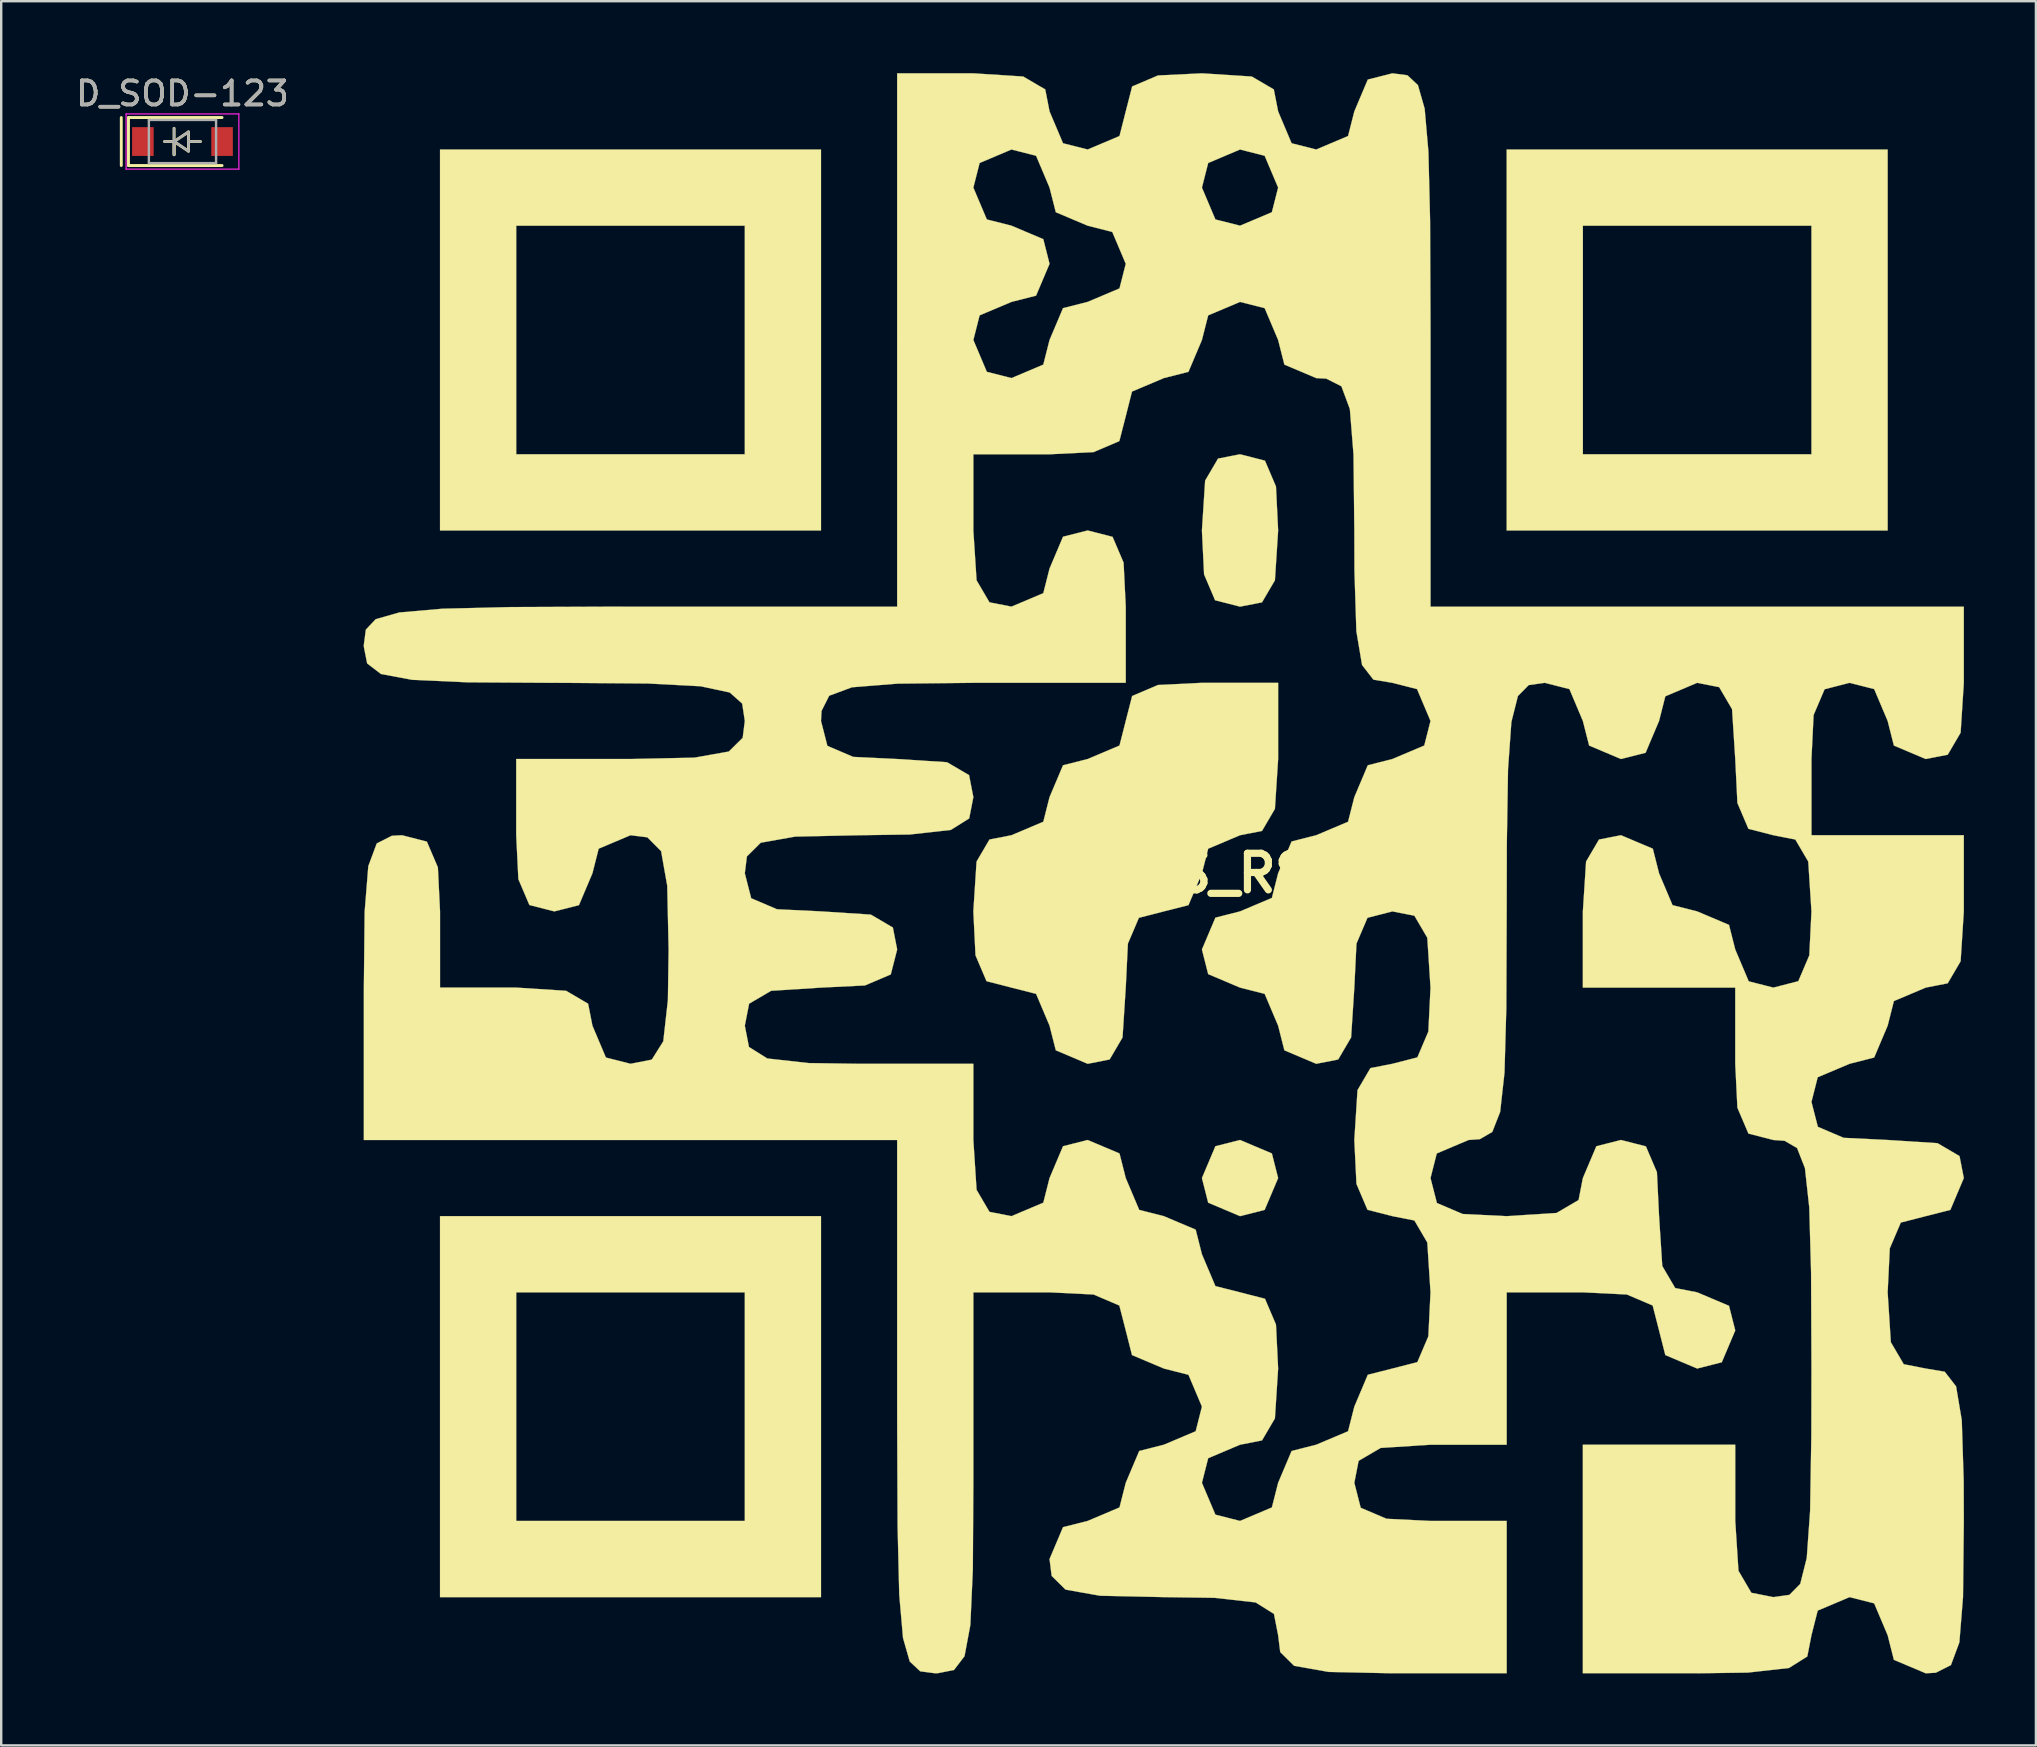
<source format=kicad_pcb>
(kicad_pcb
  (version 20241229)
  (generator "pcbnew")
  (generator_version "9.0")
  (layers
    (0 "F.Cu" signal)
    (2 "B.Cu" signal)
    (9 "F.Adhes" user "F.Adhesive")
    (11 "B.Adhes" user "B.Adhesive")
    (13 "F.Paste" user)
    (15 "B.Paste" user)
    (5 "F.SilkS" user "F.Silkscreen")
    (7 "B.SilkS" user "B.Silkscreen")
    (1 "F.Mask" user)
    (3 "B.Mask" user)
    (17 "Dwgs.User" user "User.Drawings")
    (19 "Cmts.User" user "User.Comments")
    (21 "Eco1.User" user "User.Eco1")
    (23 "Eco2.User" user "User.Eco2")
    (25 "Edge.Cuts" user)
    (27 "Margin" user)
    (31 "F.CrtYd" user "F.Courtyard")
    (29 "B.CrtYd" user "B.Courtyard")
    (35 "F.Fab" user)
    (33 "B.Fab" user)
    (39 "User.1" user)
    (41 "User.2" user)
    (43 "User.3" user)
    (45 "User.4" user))
  (footprint "GLINCS_RS"
    (layer "F.Cu")
    (at 45.45 33.343)
    (property "Reference" "GLINCS_RS" (at 0 0 0) (layer "F.SilkS") (effects (font (size 1.524 1.524) (thickness 0.3))))
    (attr through_hole)
    (fp_poly (pts (xy 4.502 11.674) (xy 4.763 12.7) (xy 4.201 14.027) (xy 3.175 14.287) (xy 1.848 13.726) (xy 1.587 12.7) (xy 2.149 11.373) (xy 3.175 11.113) (xy 4.502 11.674)) (stroke (width 0.01) (type solid)) (fill yes) (layer "F.SilkS"))
    (fp_poly (pts (xy -14.287 -14.287) (xy -30.163 -14.287) (xy -30.163 -26.988) (xy -26.988 -26.988) (xy -26.988 -17.462) (xy -17.462 -17.462) (xy -17.462 -26.988) (xy -26.988 -26.988) (xy -30.163 -26.988) (xy -30.163 -30.163) (xy -14.287 -30.163) (xy -14.287 -14.287)) (stroke (width 0.01) (type solid)) (fill yes) (layer "F.SilkS"))
    (fp_poly (pts (xy -14.287 30.163) (xy -30.163 30.163) (xy -30.163 17.462) (xy -26.988 17.462) (xy -26.988 26.988) (xy -17.462 26.988) (xy -17.462 17.462) (xy -26.988 17.462) (xy -30.163 17.462) (xy -30.163 14.287) (xy -14.287 14.287) (xy -14.287 30.163)) (stroke (width 0.01) (type solid)) (fill yes) (layer "F.SilkS"))
    (fp_poly (pts (xy 30.163 -14.287) (xy 14.287 -14.287) (xy 14.287 -26.988) (xy 17.462 -26.988) (xy 17.462 -17.462) (xy 26.988 -17.462) (xy 26.988 -26.988) (xy 17.462 -26.988) (xy 14.287 -26.988) (xy 14.287 -30.163) (xy 30.163 -30.163) (xy 30.163 -14.287)) (stroke (width 0.01) (type solid)) (fill yes) (layer "F.SilkS"))
    (fp_poly (pts (xy 4.214 -17.196) (xy 4.673 -16.12) (xy 4.763 -14.287) (xy 4.629 -12.21) (xy 4.091 -11.292) (xy 3.175 -11.113) (xy 2.136 -11.379) (xy 1.677 -12.455) (xy 1.587 -14.287) (xy 1.721 -16.365) (xy 2.259 -17.283) (xy 3.175 -17.462) (xy 4.214 -17.196)) (stroke (width 0.01) (type solid)) (fill yes) (layer "F.SilkS"))
    (fp_poly (pts (xy 4.763 -4.763) (xy 4.629 -2.685) (xy 4.091 -1.767) (xy 3.175 -1.587) (xy 1.848 -1.026) (xy 1.587 0) (xy 1.026 1.327) (xy 0 1.587) (xy -1.039 1.854) (xy -1.498 2.93) (xy -1.587 4.763) (xy -1.721 6.84) (xy -2.259 7.758) (xy -3.175 7.938) (xy -4.502 7.376) (xy -4.763 6.35) (xy -5.324 5.023) (xy -6.35 4.763) (xy -7.389 4.496) (xy -7.848 3.42) (xy -7.938 1.587) (xy -7.804 -0.49) (xy -7.266 -1.408) (xy -6.35 -1.587) (xy -5.023 -2.149) (xy -4.763 -3.175) (xy -4.201 -4.502) (xy -3.175 -4.763) (xy -1.848 -5.324) (xy -1.587 -6.35) (xy -1.321 -7.389) (xy -0.245 -7.848) (xy 1.587 -7.938) (xy 4.763 -7.938) (xy 4.763 -4.763)) (stroke (width 0.01) (type solid)) (fill yes) (layer "F.SilkS"))
    (fp_poly (pts (xy -5.86 -33.204) (xy -4.942 -32.666) (xy -4.763 -31.75) (xy -4.201 -30.423) (xy -3.175 -30.163) (xy -1.848 -30.724) (xy -1.587 -31.75) (xy -1.321 -32.789) (xy -0.245 -33.248) (xy 1.587 -33.337) (xy 3.665 -33.204) (xy 4.583 -32.666) (xy 4.763 -31.75) (xy 5.324 -30.423) (xy 6.35 -30.163) (xy 7.677 -30.724) (xy 7.938 -31.75) (xy 8.499 -33.077) (xy 9.525 -33.337) (xy 10.153 -33.255) (xy 10.589 -32.845) (xy 10.869 -31.864) (xy 11.026 -30.067) (xy 11.095 -27.211) (xy 11.112 -23.051) (xy 11.113 -22.225) (xy 11.113 -11.113) (xy 33.337 -11.113) (xy 33.337 -7.938) (xy 33.204 -5.86) (xy 32.666 -4.942) (xy 31.75 -4.763) (xy 30.423 -5.324) (xy 30.163 -6.35) (xy 29.601 -7.677) (xy 28.575 -7.938) (xy 27.536 -7.671) (xy 27.077 -6.595) (xy 26.988 -4.763) (xy 26.988 -1.587) (xy 33.337 -1.587) (xy 33.337 1.587) (xy 33.204 3.665) (xy 32.666 4.583) (xy 31.75 4.763) (xy 30.423 5.324) (xy 30.163 6.35) (xy 29.601 7.677) (xy 28.575 7.938) (xy 27.248 8.499) (xy 26.988 9.525) (xy 27.254 10.564) (xy 28.33 11.023) (xy 30.163 11.113) (xy 32.24 11.246) (xy 33.158 11.784) (xy 33.337 12.7) (xy 32.776 14.027) (xy 31.75 14.287) (xy 30.711 14.554) (xy 30.252 15.63) (xy 30.163 17.462) (xy 30.296 19.54) (xy 30.834 20.458) (xy 31.75 20.637) (xy 32.541 20.77) (xy 33.015 21.381) (xy 33.252 22.789) (xy 33.332 25.313) (xy 33.337 26.988) (xy 33.304 30.151) (xy 33.152 32.048) (xy 32.8 32.995) (xy 32.169 33.314) (xy 31.75 33.337) (xy 30.423 32.776) (xy 30.163 31.75) (xy 29.601 30.423) (xy 28.575 30.163) (xy 27.248 30.724) (xy 26.988 31.75) (xy 26.814 32.637) (xy 26.05 33.116) (xy 24.334 33.308) (xy 22.225 33.337) (xy 17.462 33.337) (xy 17.462 23.812) (xy 23.812 23.812) (xy 23.812 26.988) (xy 23.946 29.065) (xy 24.484 29.983) (xy 25.4 30.163) (xy 26.07 30.069) (xy 26.52 29.613) (xy 26.792 28.532) (xy 26.932 26.563) (xy 26.982 23.442) (xy 26.988 20.637) (xy 26.972 16.617) (xy 26.896 13.92) (xy 26.716 12.285) (xy 26.388 11.448) (xy 25.867 11.146) (xy 25.4 11.113) (xy 24.361 10.846) (xy 23.902 9.77) (xy 23.812 7.938) (xy 23.812 4.763) (xy 17.462 4.763) (xy 17.462 1.587) (xy 17.596 -0.49) (xy 18.134 -1.408) (xy 19.05 -1.587) (xy 20.377 -1.026) (xy 20.637 0) (xy 21.199 1.327) (xy 22.225 1.587) (xy 23.552 2.149) (xy 23.812 3.175) (xy 24.374 4.502) (xy 25.4 4.763) (xy 26.439 4.496) (xy 26.898 3.42) (xy 26.988 1.587) (xy 26.854 -0.49) (xy 26.316 -1.408) (xy 25.4 -1.587) (xy 24.361 -1.854) (xy 23.902 -2.93) (xy 23.812 -4.763) (xy 23.679 -6.84) (xy 23.141 -7.758) (xy 22.225 -7.938) (xy 20.898 -7.376) (xy 20.637 -6.35) (xy 20.076 -5.023) (xy 19.05 -4.763) (xy 17.723 -5.324) (xy 17.462 -6.35) (xy 16.901 -7.677) (xy 15.875 -7.938) (xy 15.205 -7.844) (xy 14.755 -7.388) (xy 14.483 -6.307) (xy 14.343 -4.338) (xy 14.293 -1.217) (xy 14.287 1.587) (xy 14.272 5.608) (xy 14.196 8.305) (xy 14.016 9.94) (xy 13.688 10.777) (xy 13.167 11.079) (xy 12.7 11.113) (xy 11.373 11.674) (xy 11.113 12.7) (xy 11.379 13.739) (xy 12.455 14.198) (xy 14.287 14.287) (xy 16.365 14.154) (xy 17.283 13.616) (xy 17.462 12.7) (xy 18.024 11.373) (xy 19.05 11.113) (xy 20.089 11.379) (xy 20.548 12.455) (xy 20.637 14.287) (xy 20.771 16.365) (xy 21.309 17.283) (xy 22.225 17.462) (xy 23.552 18.024) (xy 23.812 19.05) (xy 23.251 20.377) (xy 22.225 20.637) (xy 20.898 20.076) (xy 20.637 19.05) (xy 20.371 18.011) (xy 19.295 17.552) (xy 17.462 17.462) (xy 14.287 17.462) (xy 14.287 23.812) (xy 11.113 23.812) (xy 9.035 23.946) (xy 8.117 24.484) (xy 7.938 25.4) (xy 8.204 26.439) (xy 9.28 26.898) (xy 11.113 26.988) (xy 14.287 26.988) (xy 14.287 33.337) (xy 9.525 33.337) (xy 6.865 33.28) (xy 5.428 33.025) (xy 4.85 32.453) (xy 4.763 31.75) (xy 4.589 30.863) (xy 3.825 30.384) (xy 2.109 30.192) (xy 0 30.163) (xy -2.66 30.105) (xy -4.097 29.85) (xy -4.675 29.278) (xy -4.763 28.575) (xy -4.201 27.248) (xy -3.175 26.988) (xy -1.848 26.426) (xy -1.587 25.4) (xy -1.026 24.073) (xy 0 23.812) (xy 1.327 23.251) (xy 1.587 22.225) (xy 1.026 20.898) (xy 0 20.637) (xy -1.327 20.076) (xy -1.587 19.05) (xy -1.854 18.011) (xy -2.93 17.552) (xy -4.763 17.462) (xy -7.938 17.462) (xy -7.938 25.4) (xy -7.959 29.013) (xy -8.063 31.325) (xy -8.306 32.625) (xy -8.746 33.2) (xy -9.44 33.337) (xy -9.525 33.337) (xy -10.153 33.255) (xy -10.589 32.845) (xy -10.869 31.864) (xy -11.026 30.067) (xy -11.095 27.211) (xy -11.112 23.051) (xy -11.113 22.225) (xy -11.113 11.113) (xy -33.337 11.113) (xy -33.337 4.763) (xy -33.304 1.599) (xy -33.152 -0.298) (xy -32.8 -1.245) (xy -32.169 -1.564) (xy -31.75 -1.587) (xy -30.711 -1.321) (xy -30.252 -0.245) (xy -30.163 1.587) (xy -30.163 4.763) (xy -26.988 4.763) (xy -24.91 4.896) (xy -23.992 5.434) (xy -23.812 6.35) (xy -23.251 7.677) (xy -22.225 7.938) (xy -21.338 7.764) (xy -20.859 7) (xy -20.667 5.284) (xy -20.637 3.175) (xy -20.695 0.515) (xy -20.787 0) (xy -17.462 0) (xy -17.196 1.039) (xy -16.12 1.498) (xy -14.287 1.587) (xy -12.21 1.721) (xy -11.292 2.259) (xy -11.113 3.175) (xy -11.379 4.214) (xy -12.455 4.673) (xy -14.287 4.763) (xy -16.365 4.896) (xy -17.283 5.434) (xy -17.462 6.35) (xy -17.289 7.237) (xy -16.525 7.716) (xy -14.809 7.908) (xy -12.7 7.938) (xy -7.938 7.938) (xy -7.938 11.113) (xy -7.804 13.19) (xy -7.266 14.108) (xy -6.35 14.287) (xy -5.023 13.726) (xy -4.763 12.7) (xy -4.201 11.373) (xy -3.175 11.113) (xy -1.848 11.674) (xy -1.587 12.7) (xy -1.026 14.027) (xy 0 14.287) (xy 1.327 14.849) (xy 1.587 15.875) (xy 2.149 17.202) (xy 3.175 17.462) (xy 4.214 17.729) (xy 4.673 18.805) (xy 4.763 20.637) (xy 4.629 22.715) (xy 4.091 23.633) (xy 3.175 23.812) (xy 1.848 24.374) (xy 1.587 25.4) (xy 2.149 26.727) (xy 3.175 26.988) (xy 4.502 26.426) (xy 4.763 25.4) (xy 5.324 24.073) (xy 6.35 23.812) (xy 7.677 23.251) (xy 7.938 22.225) (xy 8.499 20.898) (xy 9.525 20.637) (xy 10.564 20.371) (xy 11.023 19.295) (xy 11.113 17.462) (xy 10.979 15.385) (xy 10.441 14.467) (xy 9.525 14.287) (xy 8.486 14.021) (xy 8.027 12.945) (xy 7.938 11.113) (xy 8.071 9.035) (xy 8.609 8.117) (xy 9.525 7.938) (xy 10.564 7.671) (xy 11.023 6.595) (xy 11.113 4.763) (xy 10.979 2.685) (xy 10.441 1.767) (xy 9.525 1.587) (xy 8.486 1.854) (xy 8.027 2.93) (xy 7.938 4.763) (xy 7.804 6.84) (xy 7.266 7.758) (xy 6.35 7.938) (xy 5.023 7.376) (xy 4.763 6.35) (xy 4.201 5.023) (xy 3.175 4.763) (xy 1.848 4.201) (xy 1.587 3.175) (xy 2.149 1.848) (xy 3.175 1.587) (xy 4.502 1.026) (xy 4.763 0) (xy 5.324 -1.327) (xy 6.35 -1.587) (xy 7.677 -2.149) (xy 7.938 -3.175) (xy 8.499 -4.502) (xy 9.525 -4.763) (xy 10.852 -5.324) (xy 11.113 -6.35) (xy 10.551 -7.677) (xy 9.525 -7.938) (xy 8.734 -8.07) (xy 8.26 -8.681) (xy 8.023 -10.089) (xy 7.943 -12.613) (xy 7.938 -14.287) (xy 7.904 -17.451) (xy 7.752 -19.348) (xy 7.4 -20.295) (xy 6.769 -20.614) (xy 6.35 -20.637) (xy 5.023 -21.199) (xy 4.763 -22.225) (xy 4.201 -23.552) (xy 3.175 -23.812) (xy 1.848 -23.251) (xy 1.587 -22.225) (xy 1.026 -20.898) (xy 0 -20.637) (xy -1.327 -20.076) (xy -1.587 -19.05) (xy -1.854 -18.011) (xy -2.93 -17.552) (xy -4.763 -17.462) (xy -7.938 -17.462) (xy -7.938 -14.287) (xy -7.804 -12.21) (xy -7.266 -11.292) (xy -6.35 -11.113) (xy -5.023 -11.674) (xy -4.763 -12.7) (xy -4.201 -14.027) (xy -3.175 -14.287) (xy -2.136 -14.021) (xy -1.677 -12.945) (xy -1.587 -11.113) (xy -1.587 -7.938) (xy -7.938 -7.938) (xy -11.101 -7.904) (xy -12.998 -7.752) (xy -13.945 -7.4) (xy -14.264 -6.769) (xy -14.287 -6.35) (xy -14.021 -5.311) (xy -12.945 -4.852) (xy -11.113 -4.763) (xy -9.035 -4.629) (xy -8.117 -4.091) (xy -7.938 -3.175) (xy -8.111 -2.288) (xy -8.875 -1.809) (xy -10.591 -1.617) (xy -12.7 -1.587) (xy -15.36 -1.53) (xy -16.797 -1.275) (xy -17.375 -0.703) (xy -17.462 0) (xy -20.787 0) (xy -20.95 -0.922) (xy -21.522 -1.5) (xy -22.225 -1.587) (xy -23.552 -1.026) (xy -23.812 0) (xy -24.374 1.327) (xy -25.4 1.587) (xy -26.439 1.321) (xy -26.898 0.245) (xy -26.988 -1.587) (xy -26.988 -4.763) (xy -22.225 -4.763) (xy -19.565 -4.82) (xy -18.128 -5.075) (xy -17.55 -5.647) (xy -17.462 -6.35) (xy -17.571 -7.073) (xy -18.09 -7.535) (xy -19.305 -7.795) (xy -21.504 -7.91) (xy -24.975 -7.937) (xy -25.4 -7.938) (xy -29.013 -7.959) (xy -31.325 -8.063) (xy -32.625 -8.306) (xy -33.2 -8.746) (xy -33.337 -9.44) (xy -33.337 -9.525) (xy -33.255 -10.153) (xy -32.845 -10.589) (xy -31.864 -10.869) (xy -30.067 -11.026) (xy -27.211 -11.095) (xy -23.051 -11.112) (xy -22.225 -11.113) (xy -11.113 -11.113) (xy -11.113 -28.575) (xy -7.938 -28.575) (xy -7.376 -27.248) (xy -6.35 -26.988) (xy -5.023 -26.426) (xy -4.763 -25.4) (xy -5.324 -24.073) (xy -6.35 -23.812) (xy -7.677 -23.251) (xy -7.938 -22.225) (xy -7.376 -20.898) (xy -6.35 -20.637) (xy -5.023 -21.199) (xy -4.763 -22.225) (xy -4.201 -23.552) (xy -3.175 -23.812) (xy -1.848 -24.374) (xy -1.587 -25.4) (xy -2.149 -26.727) (xy -3.175 -26.988) (xy -4.502 -27.549) (xy -4.763 -28.575) (xy 1.587 -28.575) (xy 2.149 -27.248) (xy 3.175 -26.988) (xy 4.502 -27.549) (xy 4.763 -28.575) (xy 4.201 -29.902) (xy 3.175 -30.163) (xy 1.848 -29.601) (xy 1.587 -28.575) (xy -4.763 -28.575) (xy -5.324 -29.902) (xy -6.35 -30.163) (xy -7.677 -29.601) (xy -7.938 -28.575) (xy -11.113 -28.575) (xy -11.113 -33.337) (xy -7.938 -33.337) (xy -5.86 -33.204)) (stroke (width 0.01) (type solid)) (fill yes) (layer "F.SilkS")))
  (footprint "D_SOD-123"
    (layer "F.Cu")
    (at 4.554 2.848)
    (property "Reference" "D_SOD-123" (at 0 -2 0) (layer "F.SilkS") (effects (font (size 1 1) (thickness 0.15))))
    (attr smd)
    (fp_line (start -2.55 -1) (end -2.55 1) (stroke (width 0.12) (type solid)) (layer "F.SilkS"))
    (fp_line (start -2.25 -1) (end -2.25 1) (stroke (width 0.12) (type solid)) (layer "F.SilkS"))
    (fp_line (start -2.25 -1) (end 1.65 -1) (stroke (width 0.12) (type solid)) (layer "F.SilkS"))
    (fp_line (start -2.25 1) (end 1.65 1) (stroke (width 0.12) (type solid)) (layer "F.SilkS"))
    (fp_line (start -0.35 0) (end -0.75 0) (stroke (width 0.12) (type solid)) (layer "F.SilkS"))
    (fp_line (start -0.35 0) (end -0.35 -0.55) (stroke (width 0.12) (type solid)) (layer "F.SilkS"))
    (fp_line (start -0.35 0) (end -0.35 0.55) (stroke (width 0.12) (type solid)) (layer "F.SilkS"))
    (fp_line (start -0.35 0) (end 0.25 -0.4) (stroke (width 0.12) (type solid)) (layer "F.SilkS"))
    (fp_line (start -0.35 0.55) (end -0.35 0) (stroke (width 0.12) (type solid)) (layer "F.SilkS"))
    (fp_line (start 0.25 -0.4) (end 0.25 0.4) (stroke (width 0.12) (type solid)) (layer "F.SilkS"))
    (fp_line (start 0.25 0) (end 0.75 0) (stroke (width 0.12) (type solid)) (layer "F.SilkS"))
    (fp_line (start 0.25 0.4) (end -0.35 0) (stroke (width 0.12) (type solid)) (layer "F.SilkS"))
    (fp_line (start -2.35 -1.15) (end -2.35 1.15) (stroke (width 0.05) (type solid)) (layer "F.CrtYd"))
    (fp_line (start -2.35 -1.15) (end 2.35 -1.15) (stroke (width 0.05) (type solid)) (layer "F.CrtYd"))
    (fp_line (start 2.35 -1.15) (end 2.35 1.15) (stroke (width 0.05) (type solid)) (layer "F.CrtYd"))
    (fp_line (start 2.35 1.15) (end -2.35 1.15) (stroke (width 0.05) (type solid)) (layer "F.CrtYd"))
    (fp_line (start -1.4 -0.9) (end 1.4 -0.9) (stroke (width 0.1) (type solid)) (layer "F.Fab"))
    (fp_line (start -1.4 0.9) (end -1.4 -0.9) (stroke (width 0.1) (type solid)) (layer "F.Fab"))
    (fp_line (start -0.75 0) (end -0.35 0) (stroke (width 0.1) (type solid)) (layer "F.Fab"))
    (fp_line (start -0.35 0) (end -0.35 -0.55) (stroke (width 0.1) (type solid)) (layer "F.Fab"))
    (fp_line (start -0.35 0) (end -0.35 0.55) (stroke (width 0.1) (type solid)) (layer "F.Fab"))
    (fp_line (start -0.35 0) (end 0.25 -0.4) (stroke (width 0.1) (type solid)) (layer "F.Fab"))
    (fp_line (start 0.25 -0.4) (end 0.25 0.4) (stroke (width 0.1) (type solid)) (layer "F.Fab"))
    (fp_line (start 0.25 0) (end 0.75 0) (stroke (width 0.1) (type solid)) (layer "F.Fab"))
    (fp_line (start 0.25 0.4) (end -0.35 0) (stroke (width 0.1) (type solid)) (layer "F.Fab"))
    (fp_line (start 1.4 -0.9) (end 1.4 0.9) (stroke (width 0.1) (type solid)) (layer "F.Fab"))
    (fp_line (start 1.4 0.9) (end -1.4 0.9) (stroke (width 0.1) (type solid)) (layer "F.Fab"))
    (fp_text user "${REFERENCE}" (at 0 -2 0) (layer "F.Fab") (effects (font (size 1 1) (thickness 0.15))))
    (pad "1" smd rect (at -1.65 0) (size 0.9 1.2) (layers "F.Cu" "F.Mask" "F.Paste"))
    (pad "2" smd rect (at 1.65 0) (size 0.9 1.2) (layers "F.Cu" "F.Mask" "F.Paste")))
  (gr_rect
    (start -3 -3)
    (end 81.792 69.685)
    (stroke (width 0.1) (type default))
    (fill no)
    (layer "Edge.Cuts")))
</source>
